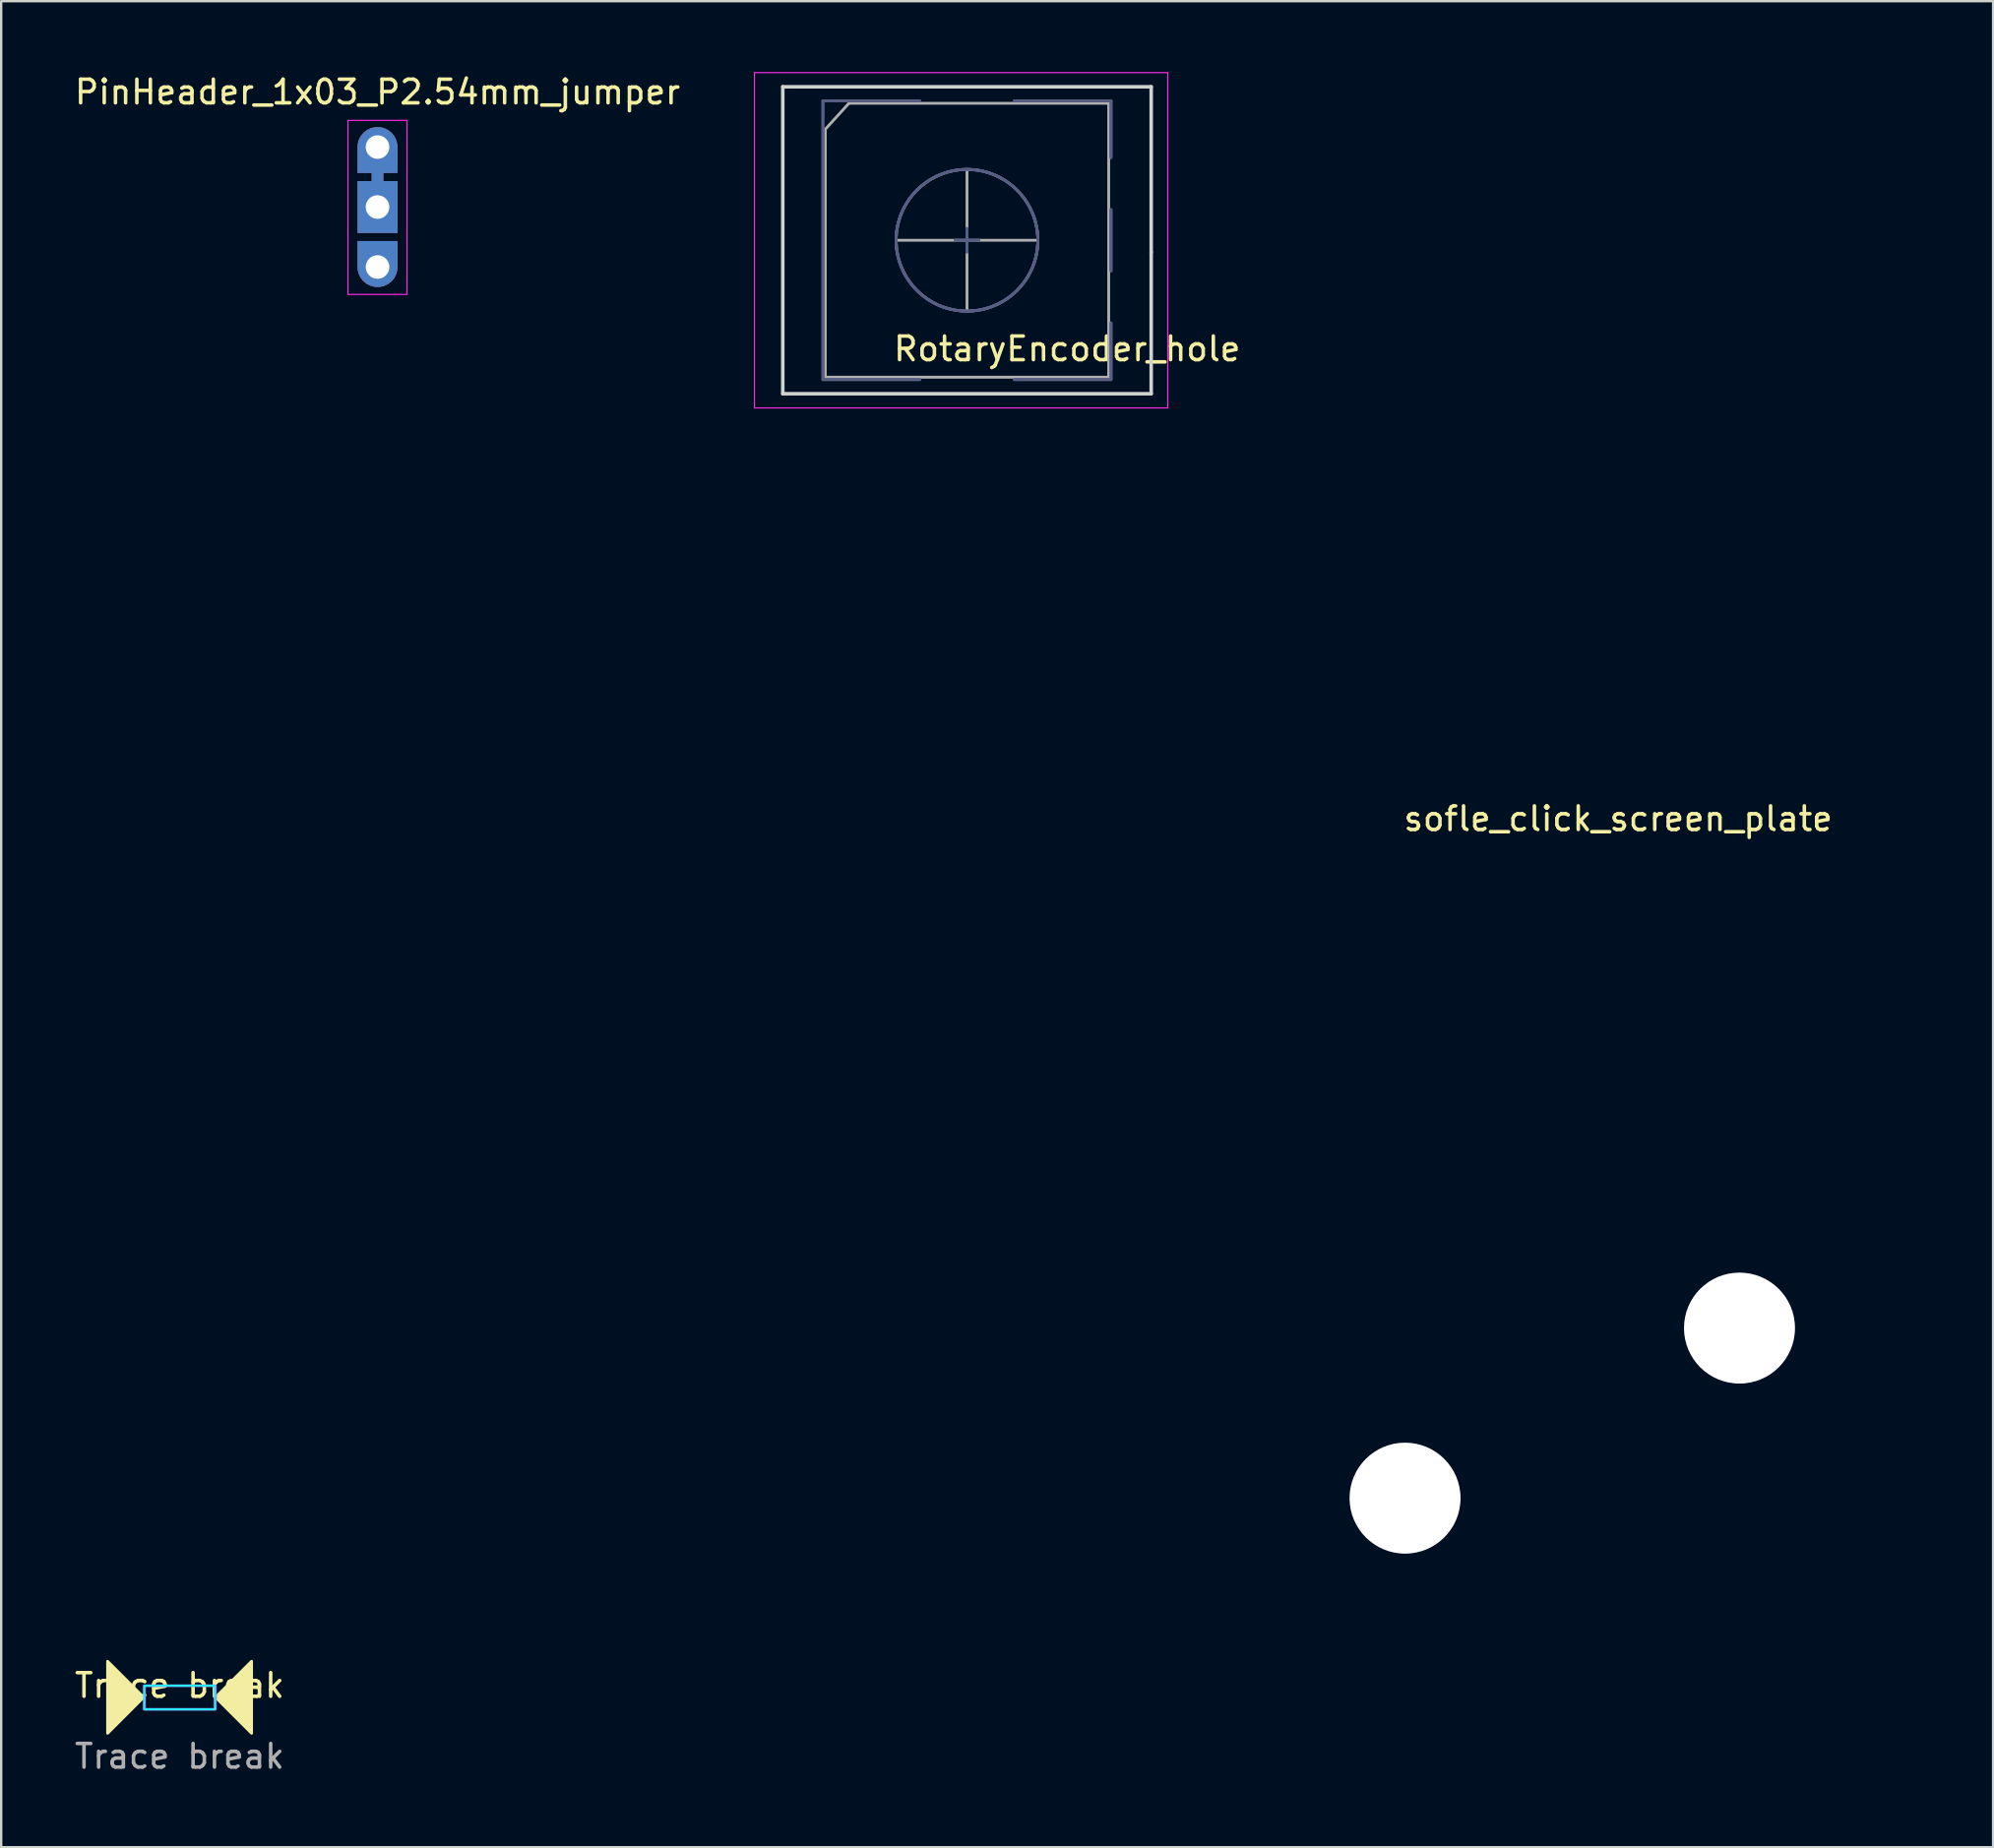
<source format=kicad_pcb>
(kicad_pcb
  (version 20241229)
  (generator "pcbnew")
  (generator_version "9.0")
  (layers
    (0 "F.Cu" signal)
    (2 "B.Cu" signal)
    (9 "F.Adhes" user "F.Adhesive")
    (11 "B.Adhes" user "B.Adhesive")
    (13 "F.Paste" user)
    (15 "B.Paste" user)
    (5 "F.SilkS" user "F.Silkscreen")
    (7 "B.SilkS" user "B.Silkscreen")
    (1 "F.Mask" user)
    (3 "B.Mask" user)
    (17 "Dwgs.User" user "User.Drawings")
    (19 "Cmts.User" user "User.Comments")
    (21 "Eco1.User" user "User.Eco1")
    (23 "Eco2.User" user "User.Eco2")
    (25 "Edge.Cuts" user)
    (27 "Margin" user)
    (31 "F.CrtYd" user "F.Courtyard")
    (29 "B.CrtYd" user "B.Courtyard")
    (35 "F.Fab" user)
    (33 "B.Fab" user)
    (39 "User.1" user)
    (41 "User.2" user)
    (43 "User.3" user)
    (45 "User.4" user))
  (footprint "sofle_click_screen_plate"
    (layer "F.Cu")
    (at 65.467 32.123)
    (property "Reference" "sofle_click_screen_plate" (at 0 -0.5 0) (unlocked yes) (layer "F.SilkS") (effects (font (size 1 1) (thickness 0.15))))
    (fp_circle (center -9.025 28.273) (end -7.925 28.273) (stroke (width 0.12) (type default)) (fill no) (layer "User.2"))
    (fp_circle (center 5.136 21.071) (end 6.236 21.071) (stroke (width 0.12) (type default)) (fill no) (layer "User.2"))
    (fp_line (start -12.825 30.073) (end -12.825 -29.447) (stroke (width 0.1) (type default)) (layer "User.4"))
    (fp_line (start -10.825 32.073) (end -8.49 32.073) (stroke (width 0.1) (type default)) (layer "User.4"))
    (fp_line (start -8.5 7.638) (end -8.5 -24.952) (stroke (width 0.1) (type default)) (layer "User.4"))
    (fp_line (start -7.5 8.638) (end 7.5 8.638) (stroke (width 0.1) (type default)) (layer "User.4"))
    (fp_line (start -7.5 -25.952) (end 7.5 -25.952) (stroke (width 0.1) (type default)) (layer "User.4"))
    (fp_line (start 1.8 26.274) (end 10.825 26.273) (stroke (width 0.1) (type default)) (layer "User.4"))
    (fp_line (start 8.5 -24.952) (end 8.5 7.638) (stroke (width 0.1) (type default)) (layer "User.4"))
    (fp_line (start 10.825 -32.073) (end -10.825 -31.447) (stroke (width 0.1) (type solid)) (layer "User.4"))
    (fp_line (start 12.825 24.273) (end 12.825 -30.073) (stroke (width 0.1) (type default)) (layer "User.4"))
    (fp_arc (start -12.825 -29.447107) (mid -12.239214 -30.861321) (end -10.825 -31.447107) (stroke (width 0.1) (type default)) (layer "User.4"))
    (fp_arc (start -10.825 32.072893) (mid -12.239214 31.487107) (end -12.825 30.072893) (stroke (width 0.1) (type default)) (layer "User.4"))
    (fp_arc (start -8.499998 -24.952107) (mid -8.207104 -25.659213) (end -7.499998 -25.952107) (stroke (width 0.1) (type default)) (layer "User.4"))
    (fp_arc (start -7.5 8.637893) (mid -8.207107 8.345) (end -8.5 7.637893) (stroke (width 0.1) (type default)) (layer "User.4"))
    (fp_arc (start -6.715402 30.995283) (mid -7.45192 31.782393) (end -8.49 32.072893) (stroke (width 0.1) (type default)) (layer "User.4"))
    (fp_arc (start -6.715401 30.995283) (mid -3.068447 27.532958) (end 1.8 26.273519) (stroke (width 0.1) (type default)) (layer "User.4"))
    (fp_arc (start 7.5 -25.952107) (mid 8.207107 -25.659214) (end 8.5 -24.952107) (stroke (width 0.1) (type default)) (layer "User.4"))
    (fp_arc (start 8.5 7.637893) (mid 8.207107 8.345) (end 7.5 8.637893) (stroke (width 0.1) (type default)) (layer "User.4"))
    (fp_arc (start 10.825 -32.072893) (mid 12.239209 -31.487106) (end 12.825 -30.072893) (stroke (width 0.1) (type default)) (layer "User.4"))
    (fp_arc (start 12.825 24.272893) (mid 12.239214 25.687107) (end 10.825 26.272893) (stroke (width 0.1) (type default)) (layer "User.4"))
    (pad "" np_thru_hole circle (at -9.025 28.273) (size 4.7 4.7) (drill 4.7) (layers "*.Cu" "*.Mask"))
    (pad "" np_thru_hole circle (at 5.136 21.071) (size 4.7 4.7) (drill 4.7) (layers "*.Cu" "*.Mask")))
  (footprint "PinHeader_1x03_P2.54mm_jumper"
    (layer "F.Cu")
    (at 12.935 3.178)
    (property "Reference" "PinHeader_1x03_P2.54mm_jumper" (at 0 -2.33 0) (layer "F.SilkS") (effects (font (size 1 1) (thickness 0.15))))
    (attr through_hole)
    (fp_rect (start -1.25 -1.13) (end 1.25 6.24) (stroke (width 0.05) (type default)) (fill no) (layer "F.CrtYd"))
    (pad "1" thru_hole roundrect (at 0 0) (size 1.7 1.95) (drill 1 (offset 0 0.125)) (layers "*.Cu" "*.Mask") (roundrect_rratio 0.5) (chamfer_ratio 0) (chamfer bottom_left bottom_right))
    (pad "2" thru_hole custom (at 0 2.54) (size 1.7 2.2) (drill 1) (layers "*.Cu" "*.Mask") (options (anchor rect)) (primitives (gr_rect (start -0.25 -1.66) (end 0.25 -0.86) (width 0) (fill yes))))
    (pad "3" thru_hole roundrect (at 0 5.08) (size 1.7 1.95) (drill 1 (offset 0 -0.125)) (layers "*.Cu" "*.Mask") (roundrect_rratio 0.5) (chamfer_ratio 0) (chamfer top_left top_right)))
  (footprint "RotaryEncoder_hole"
    (layer "F.Cu")
    (at 37.894 7.125)
    (property "Reference" "RotaryEncoder_hole" (at 4.24 4.6 0) (layer "F.SilkS") (effects (font (size 1 1) (thickness 0.15))))
    (attr through_hole)
    (fp_line (start -7.8 -6.5) (end -7.8 6.5) (stroke (width 0.15) (type solid)) (layer "Edge.Cuts"))
    (fp_line (start -7.8 6.5) (end 7.8 6.5) (stroke (width 0.15) (type solid)) (layer "Edge.Cuts"))
    (fp_line (start 7.8 -6.5) (end -7.8 -6.5) (stroke (width 0.15) (type solid)) (layer "Edge.Cuts"))
    (fp_line (start 7.8 0.5) (end 7.8 -6.5) (stroke (width 0.15) (type solid)) (layer "Edge.Cuts"))
    (fp_line (start 7.8 6.5) (end 7.8 0.5) (stroke (width 0.15) (type solid)) (layer "Edge.Cuts"))
    (fp_line (start -9 -7.1) (end -9 7.1) (stroke (width 0.05) (type solid)) (layer "F.CrtYd"))
    (fp_line (start -9 -7.1) (end 8.5 -7.1) (stroke (width 0.05) (type solid)) (layer "F.CrtYd"))
    (fp_line (start 8.5 7.1) (end -9 7.1) (stroke (width 0.05) (type solid)) (layer "F.CrtYd"))
    (fp_line (start 8.5 7.1) (end 8.5 -7.1) (stroke (width 0.05) (type solid)) (layer "F.CrtYd"))
    (fp_line (start -6.1 -5.9) (end -6.1 5.9) (stroke (width 0.12) (type solid)) (layer "B.Fab"))
    (fp_line (start -6.1 -5.9) (end -6.1 5.9) (stroke (width 0.12) (type solid)) (layer "B.Fab"))
    (fp_line (start -2 -5.9) (end -6.1 -5.9) (stroke (width 0.12) (type solid)) (layer "B.Fab"))
    (fp_line (start -2 -5.9) (end -6.1 -5.9) (stroke (width 0.12) (type solid)) (layer "B.Fab"))
    (fp_line (start -2 5.9) (end -6.1 5.9) (stroke (width 0.12) (type solid)) (layer "B.Fab"))
    (fp_line (start -2 5.9) (end -6.1 5.9) (stroke (width 0.12) (type solid)) (layer "B.Fab"))
    (fp_line (start -0.5 0) (end 0.5 0) (stroke (width 0.12) (type solid)) (layer "B.Fab"))
    (fp_line (start -0.5 0) (end 0.5 0) (stroke (width 0.12) (type solid)) (layer "B.Fab"))
    (fp_line (start 0 -0.5) (end 0 0.5) (stroke (width 0.12) (type solid)) (layer "B.Fab"))
    (fp_line (start 0 -0.5) (end 0 0.5) (stroke (width 0.12) (type solid)) (layer "B.Fab"))
    (fp_line (start 2 -5.9) (end 6.1 -5.9) (stroke (width 0.12) (type solid)) (layer "B.Fab"))
    (fp_line (start 2 -5.9) (end 6.1 -5.9) (stroke (width 0.12) (type solid)) (layer "B.Fab"))
    (fp_line (start 6.1 -5.9) (end 6.1 -3.5) (stroke (width 0.12) (type solid)) (layer "B.Fab"))
    (fp_line (start 6.1 -5.9) (end 6.1 -3.5) (stroke (width 0.12) (type solid)) (layer "B.Fab"))
    (fp_line (start 6.1 -1.3) (end 6.1 1.3) (stroke (width 0.12) (type solid)) (layer "B.Fab"))
    (fp_line (start 6.1 -1.3) (end 6.1 1.3) (stroke (width 0.12) (type solid)) (layer "B.Fab"))
    (fp_line (start 6.1 3.5) (end 6.1 5.9) (stroke (width 0.12) (type solid)) (layer "B.Fab"))
    (fp_line (start 6.1 3.5) (end 6.1 5.9) (stroke (width 0.12) (type solid)) (layer "B.Fab"))
    (fp_line (start 6.1 5.9) (end 2 5.9) (stroke (width 0.12) (type solid)) (layer "B.Fab"))
    (fp_line (start 6.1 5.9) (end 2 5.9) (stroke (width 0.12) (type solid)) (layer "B.Fab"))
    (fp_circle (center 0 0) (end 3 0) (stroke (width 0.12) (type solid)) (fill no) (layer "B.Fab"))
    (fp_circle (center 0 0) (end 3 0) (stroke (width 0.12) (type solid)) (fill no) (layer "B.Fab"))
    (fp_line (start -6 -4.7) (end -5 -5.8) (stroke (width 0.12) (type solid)) (layer "F.Fab"))
    (fp_line (start -6 5.8) (end -6 -4.7) (stroke (width 0.12) (type solid)) (layer "F.Fab"))
    (fp_line (start -5 -5.8) (end 6 -5.8) (stroke (width 0.12) (type solid)) (layer "F.Fab"))
    (fp_line (start -3 0) (end 3 0) (stroke (width 0.12) (type solid)) (layer "F.Fab"))
    (fp_line (start 0 -3) (end 0 3) (stroke (width 0.12) (type solid)) (layer "F.Fab"))
    (fp_line (start 6 -5.8) (end 6 5.8) (stroke (width 0.12) (type solid)) (layer "F.Fab"))
    (fp_line (start 6 5.8) (end -6 5.8) (stroke (width 0.12) (type solid)) (layer "F.Fab"))
    (fp_circle (center 0 0) (end 3 0) (stroke (width 0.12) (type solid)) (fill no) (layer "F.Fab")))
  (footprint "Trace break"
    (layer "F.Cu")
    (at 4.554 68.83)
    (property "Reference" "Trace break" (at 0 -0.5 0) (unlocked yes) (layer "F.SilkS") (effects (font (size 1 1) (thickness 0.15))))
    (attr smd)
    (fp_rect (start -1.5 -0.5) (end 1.5 0.5) (stroke (width 0) (type solid)) (fill yes) (layer "F.Mask"))
    (fp_poly (pts (xy -1.524 0) (xy -3.048 1.524) (xy -3.048 -1.524)) (stroke (width 0.12) (type solid)) (fill yes) (layer "F.SilkS"))
    (fp_poly (pts (xy 1.524 0) (xy 3.048 -1.524) (xy 3.048 1.524)) (stroke (width 0.12) (type solid)) (fill yes) (layer "F.SilkS"))
    (fp_rect (start -1.5 -0.492) (end 1.5 0.508) (stroke (width 0.1) (type solid)) (fill no) (layer "B.CrtYd"))
    (fp_rect (start -1.476 -0.492) (end 1.524 0.508) (stroke (width 0.1) (type solid)) (fill no) (layer "F.CrtYd"))
    (fp_text user "${REFERENCE}" (at 0 2.5 0) (unlocked yes) (layer "F.Fab") (effects (font (size 1 1) (thickness 0.15)))))
  (gr_rect
    (start -3 -3)
    (end 81.342 75.178)
    (stroke (width 0.1) (type default))
    (fill no)
    (layer "Edge.Cuts")))
</source>
